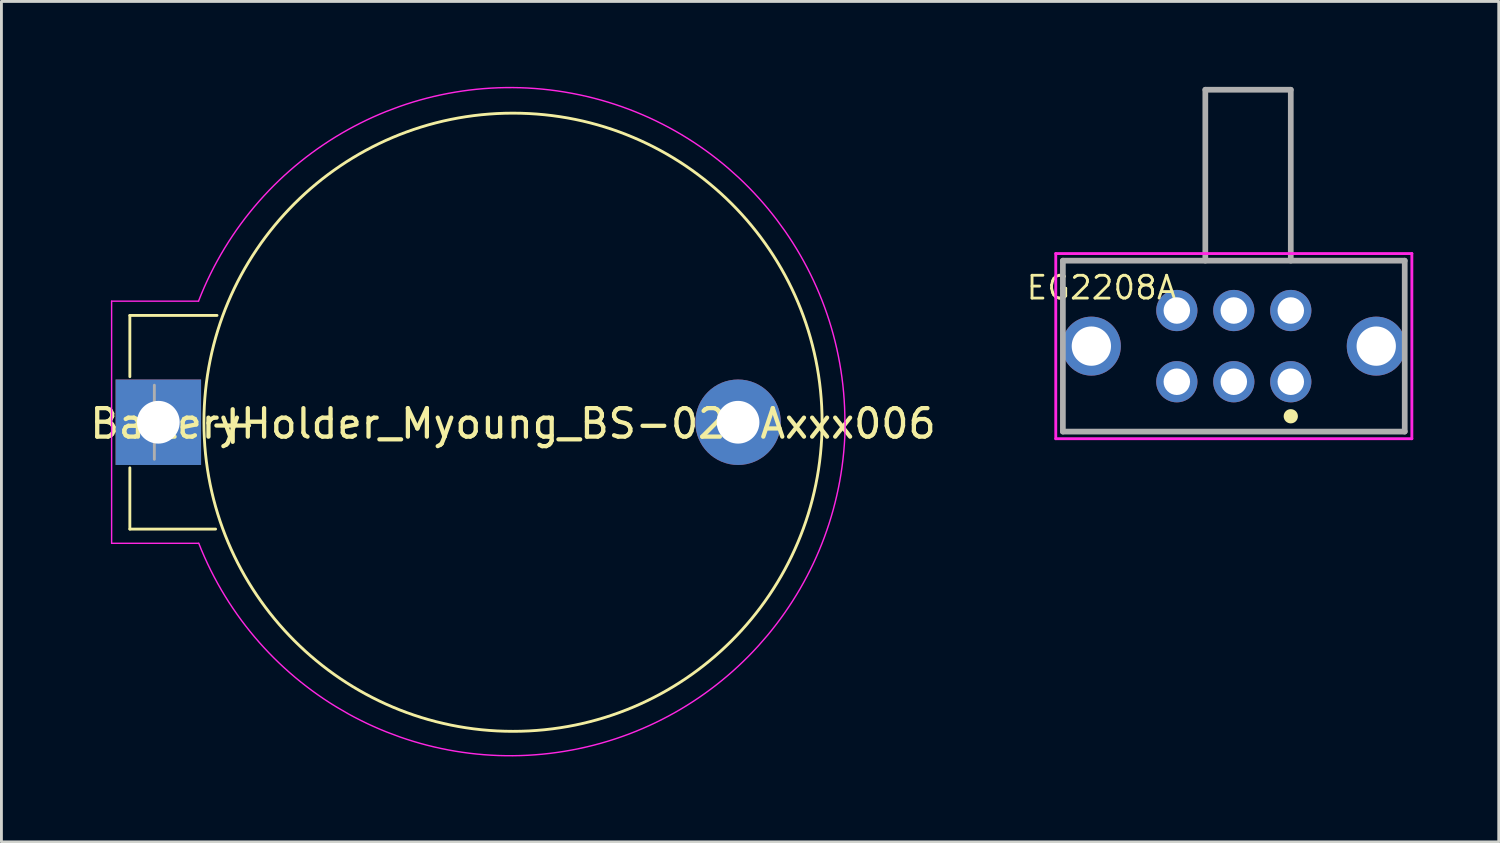
<source format=kicad_pcb>
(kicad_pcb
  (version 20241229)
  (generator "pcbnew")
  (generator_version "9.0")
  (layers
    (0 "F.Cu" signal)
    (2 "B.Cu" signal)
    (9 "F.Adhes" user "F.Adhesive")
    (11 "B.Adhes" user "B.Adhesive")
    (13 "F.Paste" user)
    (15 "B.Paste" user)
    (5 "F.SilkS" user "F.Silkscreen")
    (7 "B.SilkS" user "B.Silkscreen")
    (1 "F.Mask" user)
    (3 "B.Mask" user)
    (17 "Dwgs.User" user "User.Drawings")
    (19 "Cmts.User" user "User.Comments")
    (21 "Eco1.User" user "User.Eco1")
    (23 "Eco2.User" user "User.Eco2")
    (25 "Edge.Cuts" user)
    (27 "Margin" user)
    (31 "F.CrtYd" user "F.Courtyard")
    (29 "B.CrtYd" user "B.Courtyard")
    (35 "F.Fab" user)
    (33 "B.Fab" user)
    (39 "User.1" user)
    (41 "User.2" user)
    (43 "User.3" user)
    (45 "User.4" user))
  (footprint "BatteryHolder_Myoung_BS-02-Axxx006"
    (layer "F.Cu")
    (at 2.368 11.772)
    (property "Reference" "BatteryHolder_Myoung_BS-02-Axxx006" (at 12.59 0.05 0) (layer "F.SilkS") (effects (font (size 1 1) (thickness 0.15))))
    (attr through_hole)
    (fp_line (start -0.86 -3.75) (end 2.2 -3.75) (stroke (width 0.1) (type solid)) (layer "F.SilkS"))
    (fp_line (start -0.86 -1.6) (end -0.86 -3.75) (stroke (width 0.1) (type solid)) (layer "F.SilkS"))
    (fp_line (start -0.86 3.75) (end -0.86 1.6) (stroke (width 0.1) (type solid)) (layer "F.SilkS"))
    (fp_line (start -0.86 3.75) (end 2.15 3.75) (stroke (width 0.1) (type solid)) (layer "F.SilkS"))
    (fp_circle (center 12.59 0) (end 23.44 0) (stroke (width 0.1) (type default)) (fill no) (layer "F.SilkS"))
    (fp_line (start -1.5 -4.25) (end 1.55 -4.25) (stroke (width 0.05) (type solid)) (layer "F.CrtYd"))
    (fp_line (start -1.5 4.25) (end -1.5 -4.25) (stroke (width 0.05) (type solid)) (layer "F.CrtYd"))
    (fp_line (start -1.5 4.25) (end 1.55 4.25) (stroke (width 0.05) (type solid)) (layer "F.CrtYd"))
    (fp_arc (start 1.550001 -4.25) (mid 14.659946 -11.545847) (end 24.240839 -0.000003) (stroke (width 0.05) (type solid)) (layer "F.CrtYd"))
    (fp_arc (start 24.249999 0) (mid 14.659969 11.505255) (end 1.558306 4.246741) (stroke (width 0.05) (type solid)) (layer "F.CrtYd"))
    (fp_line (start 0 -1.3) (end 0 1.3) (stroke (width 0.1) (type solid)) (layer "F.Fab"))
    (fp_text user "+" (at 2.75 0 0) (layer "F.SilkS") (effects (font (size 1.5 1.5) (thickness 0.15))))
    (pad "1" thru_hole rect (at 0.14 0) (size 3 3) (drill 1.5) (layers "*.Cu" "*.Mask"))
    (pad "2" thru_hole circle (at 20.49 0) (size 3 3) (drill 1.5) (layers "*.Cu" "*.Mask")))
  (footprint "EG2208A"
    (layer "F.Cu")
    (at 40.26 10.35)
    (property "Reference" "EG2208A" (at -4.644 -3.302 180) (layer "F.SilkS") (effects (font (size 0.8 0.8) (thickness 0.1))))
    (attr through_hole)
    (fp_line (start -6 -2.25) (end -6 -4.25) (stroke (width 0.1) (type solid)) (layer "F.SilkS"))
    (fp_line (start -6 1.75) (end -6 -0.25) (stroke (width 0.1) (type solid)) (layer "F.SilkS"))
    (fp_line (start 2 1.212) (end 2 1.212) (stroke (width 0.5) (type solid)) (layer "F.SilkS"))
    (fp_line (start 6 -4.25) (end -6 -4.25) (stroke (width 0.1) (type solid)) (layer "F.SilkS"))
    (fp_line (start 6 -2.25) (end 6 -4.25) (stroke (width 0.1) (type solid)) (layer "F.SilkS"))
    (fp_line (start 6 -0.25) (end 6 1.75) (stroke (width 0.1) (type solid)) (layer "F.SilkS"))
    (fp_line (start 6 1.75) (end -6 1.75) (stroke (width 0.1) (type solid)) (layer "F.SilkS"))
    (fp_line (start -6.25 -4.5) (end 6.25 -4.5) (stroke (width 0.1) (type solid)) (layer "F.CrtYd"))
    (fp_line (start -6.25 2) (end -6.25 -4.5) (stroke (width 0.1) (type solid)) (layer "F.CrtYd"))
    (fp_line (start 6.25 -4.5) (end 6.25 2) (stroke (width 0.1) (type solid)) (layer "F.CrtYd"))
    (fp_line (start 6.25 2) (end -6.25 2) (stroke (width 0.1) (type solid)) (layer "F.CrtYd"))
    (fp_line (start -6 -4.25) (end 6 -4.25) (stroke (width 0.2) (type solid)) (layer "F.Fab"))
    (fp_line (start -6 1.75) (end -6 -4.25) (stroke (width 0.2) (type solid)) (layer "F.Fab"))
    (fp_line (start -1 -10.25) (end -1 -4.25) (stroke (width 0.1) (type solid)) (layer "F.Fab"))
    (fp_line (start -1 -10.25) (end -1 -4.25) (stroke (width 0.2) (type solid)) (layer "F.Fab"))
    (fp_line (start 2 -10.25) (end -1 -10.25) (stroke (width 0.1) (type solid)) (layer "F.Fab"))
    (fp_line (start 2 -10.25) (end -1 -10.25) (stroke (width 0.2) (type solid)) (layer "F.Fab"))
    (fp_line (start 2 -4.25) (end 2 -10.25) (stroke (width 0.1) (type solid)) (layer "F.Fab"))
    (fp_line (start 2 -4.25) (end 2 -10.25) (stroke (width 0.2) (type solid)) (layer "F.Fab"))
    (fp_line (start 6 -4.25) (end 6 1.75) (stroke (width 0.2) (type solid)) (layer "F.Fab"))
    (fp_line (start 6 1.75) (end -6 1.75) (stroke (width 0.2) (type solid)) (layer "F.Fab"))
    (pad "1" thru_hole circle (at 2 0 180) (size 1.447 1.447) (drill 0.93) (layers "*.Cu" "*.Mask"))
    (pad "2" thru_hole circle (at 0 0 180) (size 1.447 1.447) (drill 0.93) (layers "*.Cu" "*.Mask"))
    (pad "3" thru_hole circle (at -2 0 180) (size 1.447 1.447) (drill 0.93) (layers "*.Cu" "*.Mask"))
    (pad "4" thru_hole circle (at 2 -2.5 180) (size 1.447 1.447) (drill 0.93) (layers "*.Cu" "*.Mask"))
    (pad "5" thru_hole circle (at 0 -2.5 180) (size 1.447 1.447) (drill 0.93) (layers "*.Cu" "*.Mask"))
    (pad "6" thru_hole circle (at -2 -2.5 180) (size 1.447 1.447) (drill 0.93) (layers "*.Cu" "*.Mask"))
    (pad "MP" thru_hole circle (at -5 -1.25 180) (size 2.07 2.07) (drill 1.38) (layers "*.Cu" "*.Mask"))
    (pad "MP" thru_hole circle (at 5 -1.25 180) (size 2.07 2.07) (drill 1.38) (layers "*.Cu" "*.Mask")))
  (gr_rect
    (start -3 -3)
    (end 49.56 26.502)
    (stroke (width 0.1) (type default))
    (fill no)
    (layer "Edge.Cuts")))
</source>
